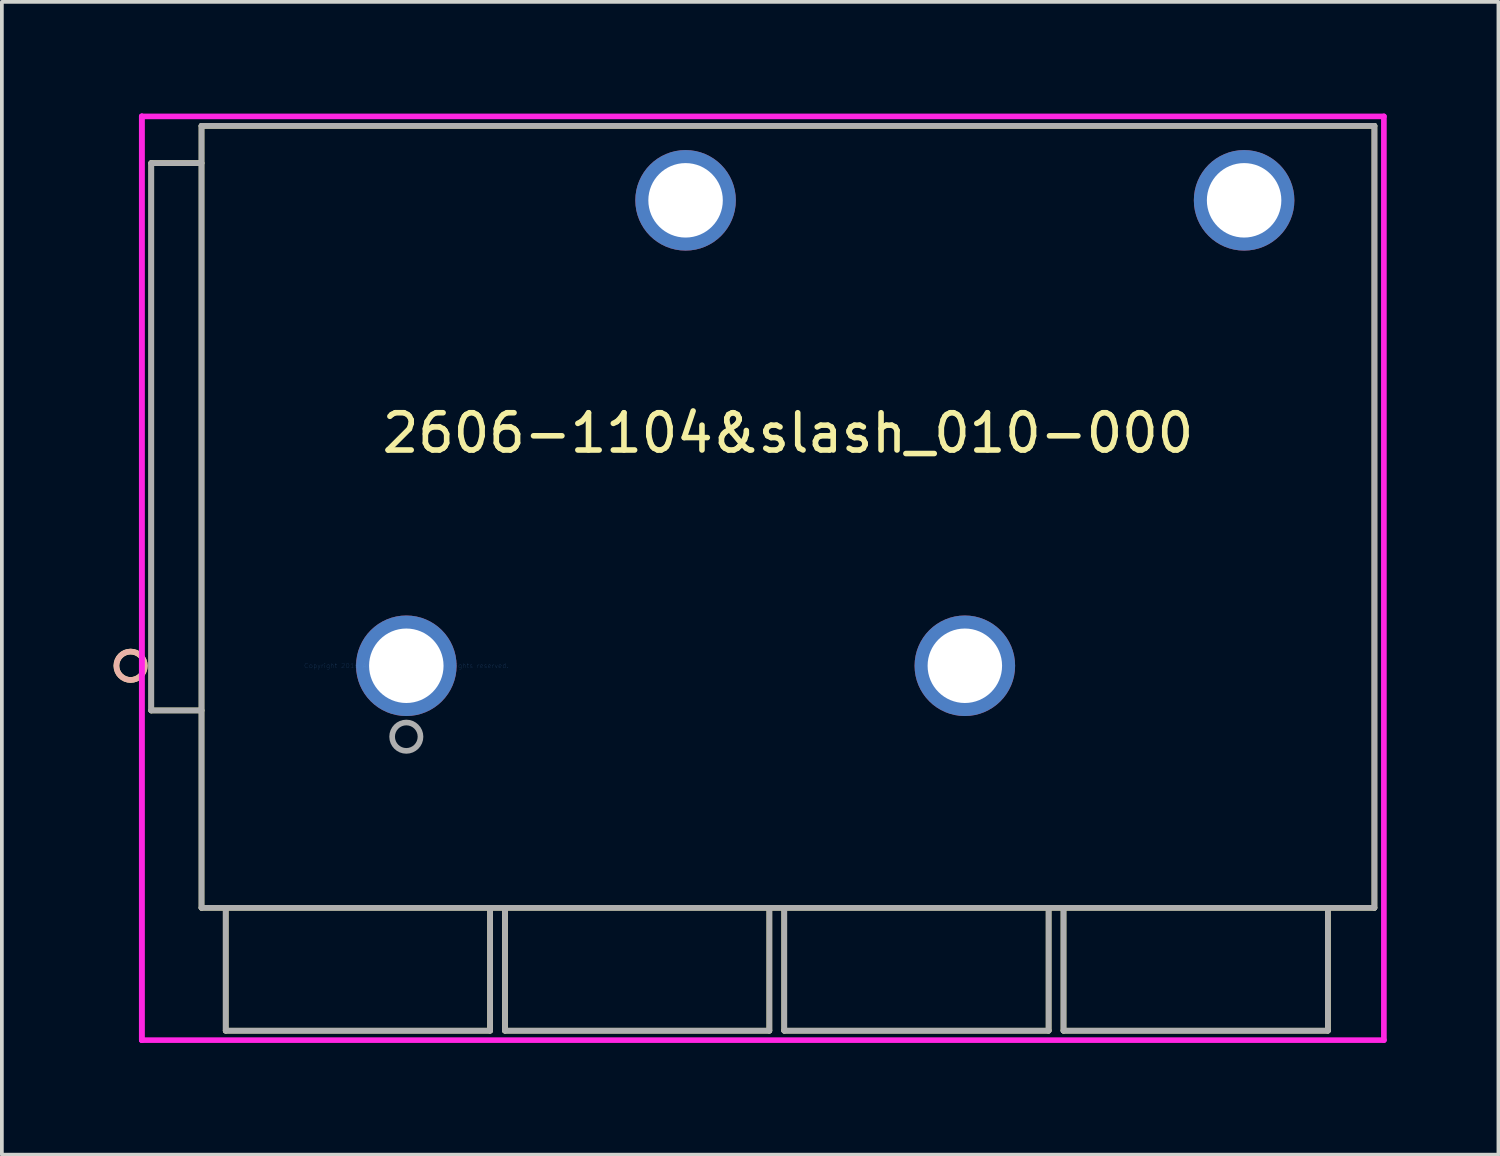
<source format=kicad_pcb>
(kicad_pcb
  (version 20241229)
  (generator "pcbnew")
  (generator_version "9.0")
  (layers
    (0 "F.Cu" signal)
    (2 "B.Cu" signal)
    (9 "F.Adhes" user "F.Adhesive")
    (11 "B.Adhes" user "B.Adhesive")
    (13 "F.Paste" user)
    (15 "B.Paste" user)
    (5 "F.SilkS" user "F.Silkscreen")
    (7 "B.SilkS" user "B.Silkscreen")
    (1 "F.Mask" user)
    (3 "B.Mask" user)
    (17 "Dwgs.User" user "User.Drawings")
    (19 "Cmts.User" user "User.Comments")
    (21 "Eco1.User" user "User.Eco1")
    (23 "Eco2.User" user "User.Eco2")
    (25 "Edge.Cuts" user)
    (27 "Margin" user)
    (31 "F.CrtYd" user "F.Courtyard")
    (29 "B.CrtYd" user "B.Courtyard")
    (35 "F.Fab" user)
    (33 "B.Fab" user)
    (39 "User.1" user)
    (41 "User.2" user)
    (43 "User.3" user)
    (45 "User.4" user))
  (footprint "2606-1104&slash_010-000"
    (layer "F.Cu")
    (at 7.862 14.83)
    (property "Reference" "2606-1104&slash_010-000" (at 10.25 -6.25 0) (layer "F.SilkS") (effects (font (size 1 1) (thickness 0.15))))
    (attr through_hole)
    (fp_line (start -6.85 1.2) (end -6.85 -13.5) (stroke (width 0.152) (type solid)) (layer "F.SilkS"))
    (fp_line (start -5.5 -14.5) (end 26 -14.5) (stroke (width 0.152) (type solid)) (layer "F.SilkS"))
    (fp_line (start -5.5 -13.5) (end -6.85 -13.5) (stroke (width 0.152) (type solid)) (layer "F.SilkS"))
    (fp_line (start -5.5 1.2) (end -6.85 1.2) (stroke (width 0.152) (type solid)) (layer "F.SilkS"))
    (fp_line (start -5.5 6.5) (end -5.5 -14.5) (stroke (width 0.152) (type solid)) (layer "F.SilkS"))
    (fp_line (start -5.5 6.5) (end 26 6.5) (stroke (width 0.152) (type solid)) (layer "F.SilkS"))
    (fp_line (start -4.85 6.5) (end -4.85 9.8) (stroke (width 0.152) (type solid)) (layer "F.SilkS"))
    (fp_line (start -4.85 9.8) (end 2.25 9.8) (stroke (width 0.152) (type solid)) (layer "F.SilkS"))
    (fp_line (start 2.25 6.5) (end 2.25 9.8) (stroke (width 0.152) (type solid)) (layer "F.SilkS"))
    (fp_line (start 2.65 6.5) (end 2.65 9.8) (stroke (width 0.152) (type solid)) (layer "F.SilkS"))
    (fp_line (start 2.65 9.8) (end 9.75 9.8) (stroke (width 0.152) (type solid)) (layer "F.SilkS"))
    (fp_line (start 9.75 6.5) (end 9.75 9.8) (stroke (width 0.152) (type solid)) (layer "F.SilkS"))
    (fp_line (start 10.15 6.5) (end 10.15 9.8) (stroke (width 0.152) (type solid)) (layer "F.SilkS"))
    (fp_line (start 10.15 9.8) (end 17.25 9.8) (stroke (width 0.152) (type solid)) (layer "F.SilkS"))
    (fp_line (start 17.25 6.5) (end 17.25 9.8) (stroke (width 0.152) (type solid)) (layer "F.SilkS"))
    (fp_line (start 17.65 6.5) (end 17.65 9.8) (stroke (width 0.152) (type solid)) (layer "F.SilkS"))
    (fp_line (start 17.65 9.8) (end 24.75 9.8) (stroke (width 0.152) (type solid)) (layer "F.SilkS"))
    (fp_line (start 24.75 6.5) (end 24.75 9.8) (stroke (width 0.152) (type solid)) (layer "F.SilkS"))
    (fp_line (start 26 -14.5) (end 26 6.5) (stroke (width 0.152) (type solid)) (layer "F.SilkS"))
    (fp_circle (center -7.405 0) (end -7.024 0) (stroke (width 0.152) (type solid)) (fill no) (layer "F.SilkS"))
    (fp_circle (center -7.405 0) (end -7.024 0) (stroke (width 0.152) (type solid)) (fill no) (layer "B.SilkS"))
    (fp_line (start -7.104 -14.754) (end -7.104 10.054) (stroke (width 0.152) (type solid)) (layer "F.CrtYd"))
    (fp_line (start -7.104 -14.754) (end -7.104 10.054) (stroke (width 0.152) (type solid)) (layer "F.CrtYd"))
    (fp_line (start -7.104 10.054) (end 26.254 10.054) (stroke (width 0.152) (type solid)) (layer "F.CrtYd"))
    (fp_line (start 26.254 -14.754) (end -7.104 -14.754) (stroke (width 0.152) (type solid)) (layer "F.CrtYd"))
    (fp_line (start 26.254 10.054) (end 26.254 -14.754) (stroke (width 0.152) (type solid)) (layer "F.CrtYd"))
    (fp_line (start -6.85 1.2) (end -6.85 -13.5) (stroke (width 0.152) (type solid)) (layer "F.Fab"))
    (fp_line (start -5.5 -14.5) (end 26 -14.5) (stroke (width 0.152) (type solid)) (layer "F.Fab"))
    (fp_line (start -5.5 -13.5) (end -6.85 -13.5) (stroke (width 0.152) (type solid)) (layer "F.Fab"))
    (fp_line (start -5.5 1.2) (end -6.85 1.2) (stroke (width 0.152) (type solid)) (layer "F.Fab"))
    (fp_line (start -5.5 6.5) (end -5.5 -14.5) (stroke (width 0.152) (type solid)) (layer "F.Fab"))
    (fp_line (start -5.5 6.5) (end 26 6.5) (stroke (width 0.152) (type solid)) (layer "F.Fab"))
    (fp_line (start -4.85 6.5) (end -4.85 9.8) (stroke (width 0.152) (type solid)) (layer "F.Fab"))
    (fp_line (start -4.85 9.8) (end 2.25 9.8) (stroke (width 0.152) (type solid)) (layer "F.Fab"))
    (fp_line (start 2.25 6.5) (end 2.25 9.8) (stroke (width 0.152) (type solid)) (layer "F.Fab"))
    (fp_line (start 2.65 6.5) (end 2.65 9.8) (stroke (width 0.152) (type solid)) (layer "F.Fab"))
    (fp_line (start 2.65 9.8) (end 9.75 9.8) (stroke (width 0.152) (type solid)) (layer "F.Fab"))
    (fp_line (start 9.75 6.5) (end 9.75 9.8) (stroke (width 0.152) (type solid)) (layer "F.Fab"))
    (fp_line (start 10.15 6.5) (end 10.15 9.8) (stroke (width 0.152) (type solid)) (layer "F.Fab"))
    (fp_line (start 10.15 9.8) (end 17.25 9.8) (stroke (width 0.152) (type solid)) (layer "F.Fab"))
    (fp_line (start 17.25 6.5) (end 17.25 9.8) (stroke (width 0.152) (type solid)) (layer "F.Fab"))
    (fp_line (start 17.65 6.5) (end 17.65 9.8) (stroke (width 0.152) (type solid)) (layer "F.Fab"))
    (fp_line (start 17.65 9.8) (end 24.75 9.8) (stroke (width 0.152) (type solid)) (layer "F.Fab"))
    (fp_line (start 24.75 6.5) (end 24.75 9.8) (stroke (width 0.152) (type solid)) (layer "F.Fab"))
    (fp_line (start 26 -14.5) (end 26 6.5) (stroke (width 0.152) (type solid)) (layer "F.Fab"))
    (fp_circle (center 0 1.905) (end 0.381 1.905) (stroke (width 0.152) (type solid)) (fill no) (layer "F.Fab"))
    (fp_text user "Copyright 2016 Accelerated Designs. All rights reserved." (at 0 0 0) (layer "Cmts.User") (effects (font (size 0.127 0.127) (thickness 0.002))))
    (pad "1" thru_hole circle (at 0 0) (size 2.7 2.7) (drill 2) (layers "*.Cu" "*.Mask"))
    (pad "2" thru_hole circle (at 7.5 -12.5) (size 2.7 2.7) (drill 2) (layers "*.Cu" "*.Mask"))
    (pad "3" thru_hole circle (at 15 0) (size 2.7 2.7) (drill 2) (layers "*.Cu" "*.Mask"))
    (pad "4" thru_hole circle (at 22.5 -12.5) (size 2.7 2.7) (drill 2) (layers "*.Cu" "*.Mask")))
  (gr_rect
    (start -3 -3)
    (end 37.192 27.96)
    (stroke (width 0.1) (type default))
    (fill no)
    (layer "Edge.Cuts")))
</source>
